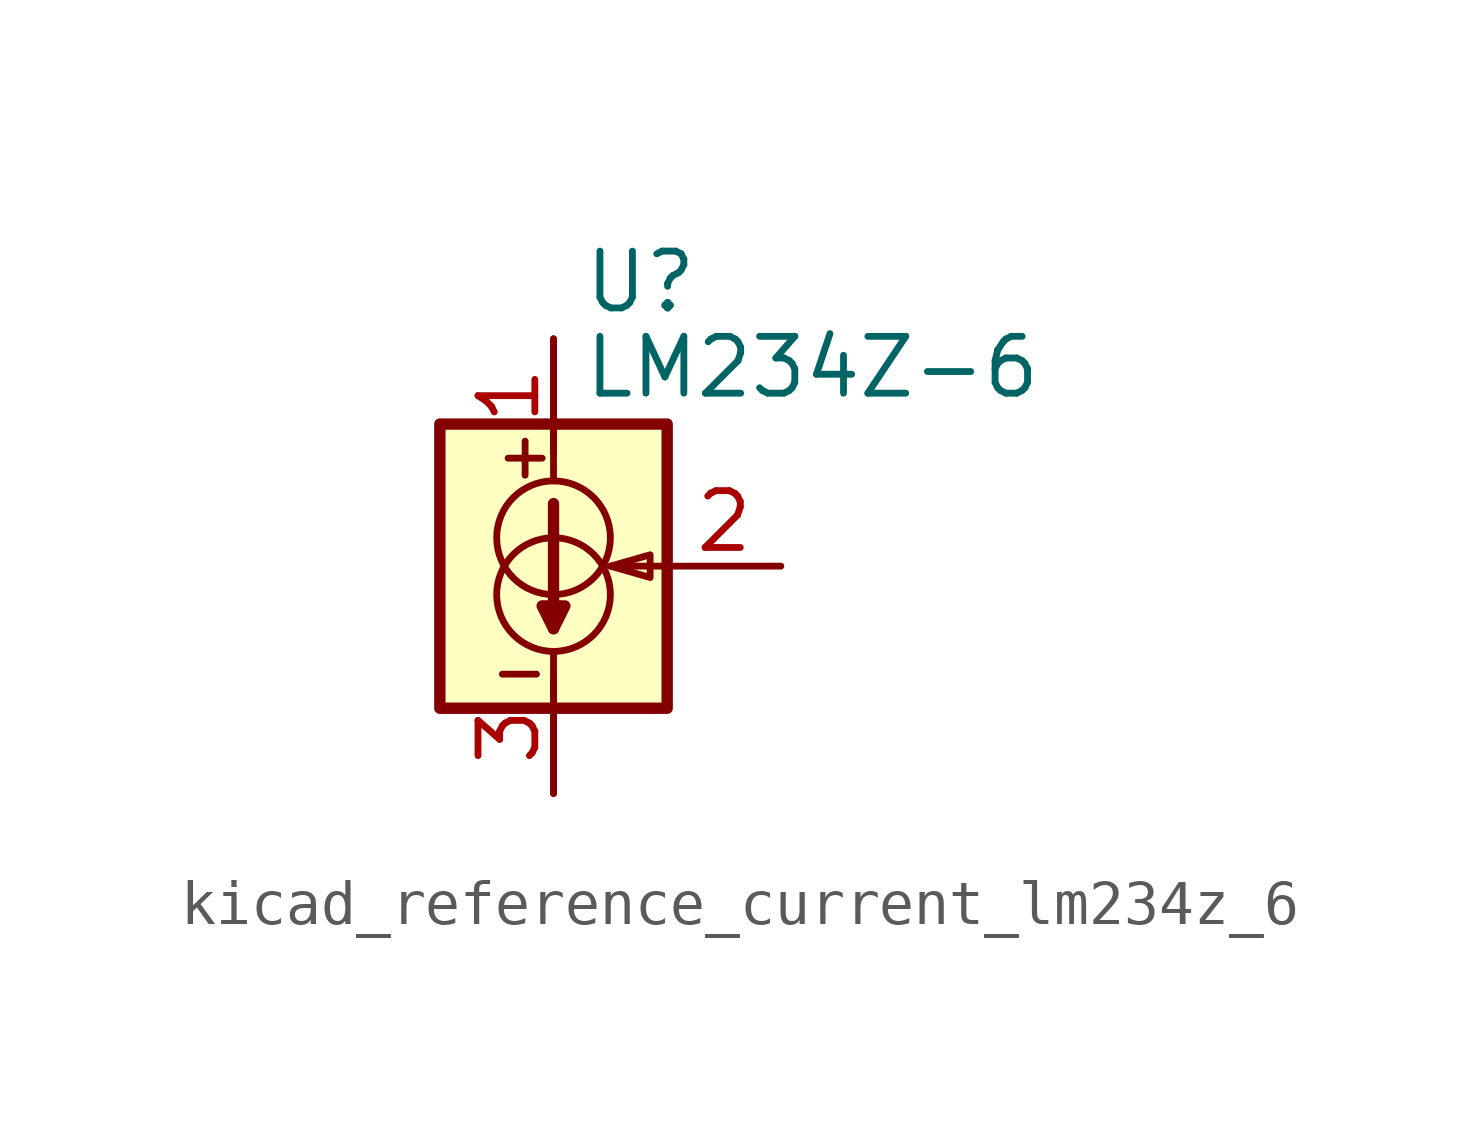
<source format=kicad_sym>
(kicad_symbol_lib
  (version 20220914)
  (generator kicad_symbol_editor)
  (symbol "kicad_reference_current_lm234z_6"
    (property "Reference" "U"
      (at 0.635 6.35 0)
      (effects (font (size 1.27 1.27)) (justify left)))
    (property "Value" "LM234Z-6"
      (at 0.635 4.445 0)
      (effects (font (size 1.27 1.27)) (justify left)))
    (symbol "kicad_reference_current_lm234z_6_0_1"
      (rectangle (start -2.54 3.175) (end 2.54 -3.175) (stroke (width 0.254) (type default)) (fill (type background)))
      (circle (center 0 -0.635) (radius 1.27) (stroke (width 0) (type default)) (fill (type none)))
      (polyline (pts (xy -1.143 -2.413) (xy -0.381 -2.413)) (stroke (width 0) (type default)) (fill (type none)))
      (polyline (pts (xy -1.016 2.413) (xy -0.254 2.413)) (stroke (width 0) (type default)) (fill (type none)))
      (polyline (pts (xy -0.635 2.794) (xy -0.635 2.032)) (stroke (width 0) (type default)) (fill (type none)))
      (polyline (pts (xy 0 -1.905) (xy 0 -5.08)) (stroke (width 0) (type default)) (fill (type none)))
      (polyline (pts (xy 0 1.397) (xy 0 -1.397)) (stroke (width 0.254) (type default)) (fill (type none)))
      (polyline (pts (xy 0 5.08) (xy 0 1.905)) (stroke (width 0) (type default)) (fill (type none)))
      (polyline (pts (xy 2.54 0) (xy 1.27 0)) (stroke (width 0) (type default)) (fill (type none)))
      (polyline (pts (xy 0 -1.397) (xy -0.254 -0.889) (xy 0.254 -0.889) (xy 0 -1.397)) (stroke (width 0.254) (type default)) (fill (type none)))
      (polyline (pts (xy 1.27 0) (xy 2.159 0.254) (xy 2.159 -0.254) (xy 1.27 0)) (stroke (width 0) (type default)) (fill (type none)))
      (circle (center 0 0.635) (radius 1.27) (stroke (width 0) (type default)) (fill (type none))))
    (symbol "kicad_reference_current_lm234z_6_1_1"
      (pin passive line (at 0 5.08 270) (length 2.54) (name "~" (effects (font (size 1.27 1.27)))) (number "1" (effects (font (size 1.27 1.27)))))
      (pin passive line (at 5.08 0 180) (length 2.54) (name "~" (effects (font (size 1.27 1.27)))) (number "2" (effects (font (size 1.27 1.27)))))
      (pin passive line (at 0 -5.08 90) (length 2.54) (name "~" (effects (font (size 1.27 1.27)))) (number "3" (effects (font (size 1.27 1.27))))))))
</source>
